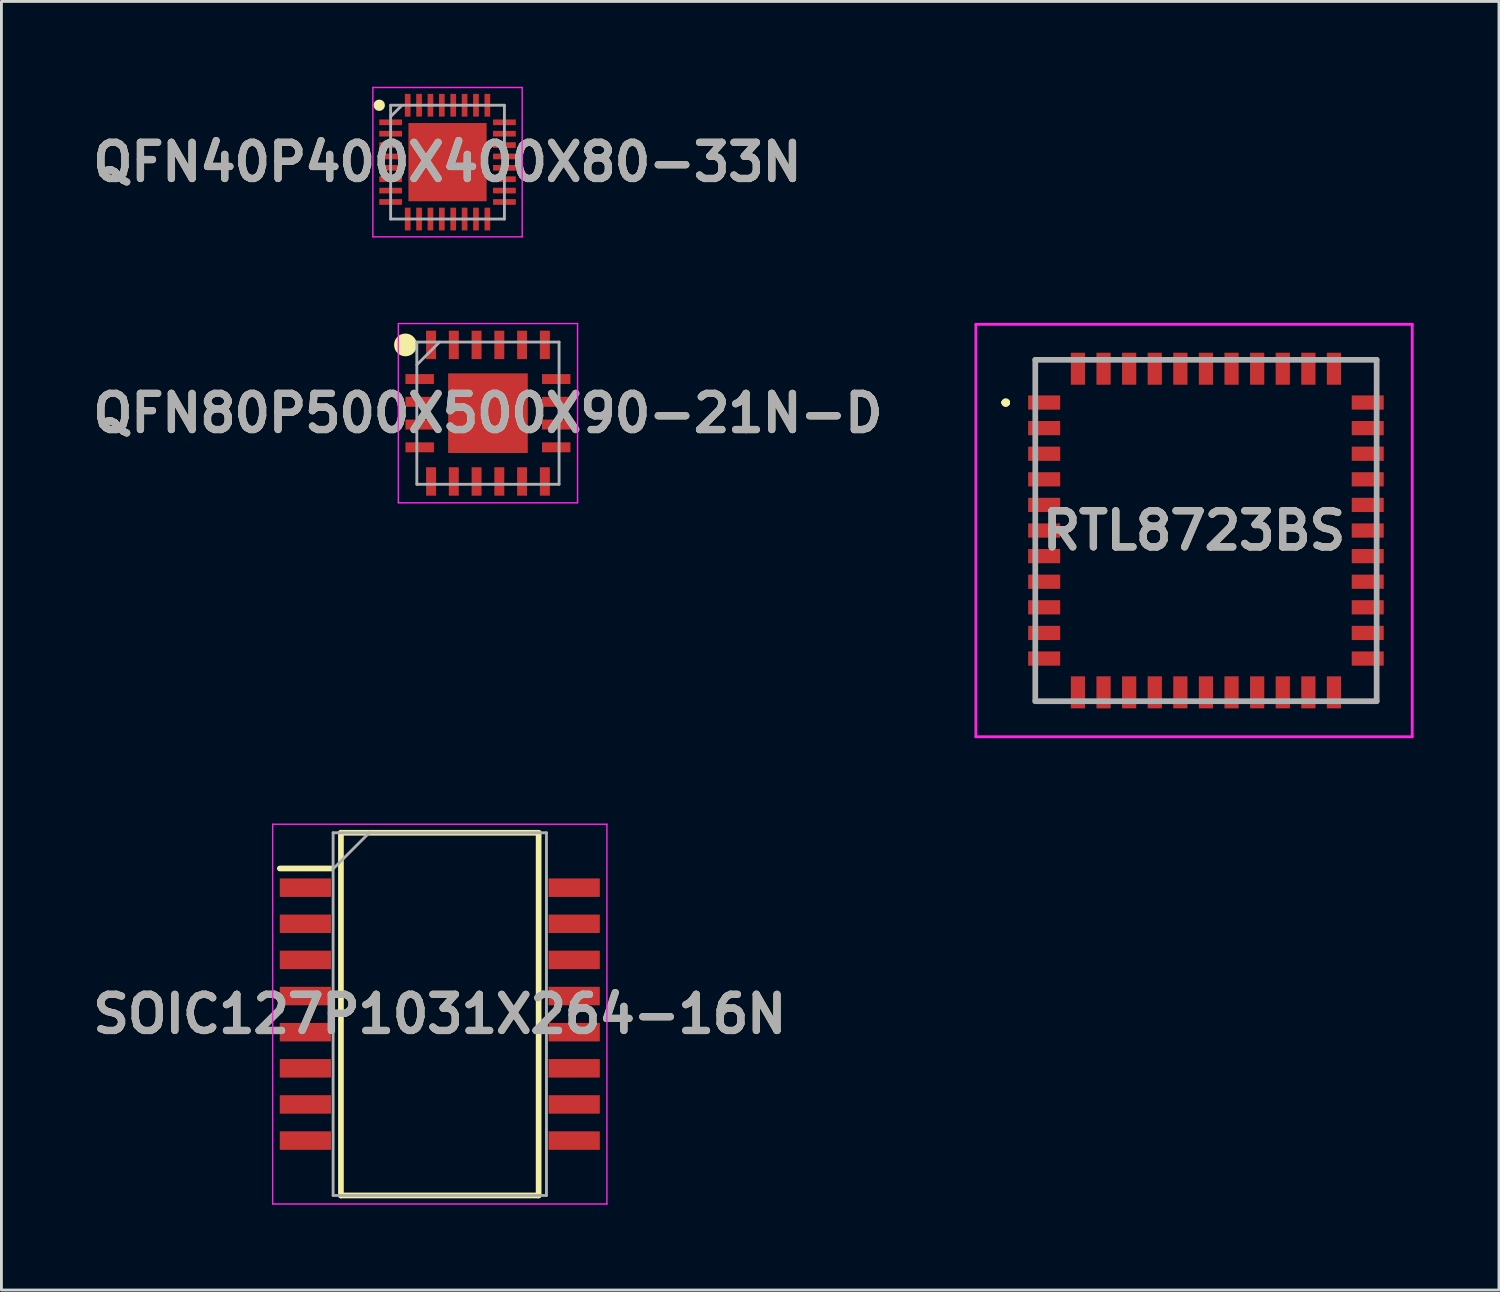
<source format=kicad_pcb>
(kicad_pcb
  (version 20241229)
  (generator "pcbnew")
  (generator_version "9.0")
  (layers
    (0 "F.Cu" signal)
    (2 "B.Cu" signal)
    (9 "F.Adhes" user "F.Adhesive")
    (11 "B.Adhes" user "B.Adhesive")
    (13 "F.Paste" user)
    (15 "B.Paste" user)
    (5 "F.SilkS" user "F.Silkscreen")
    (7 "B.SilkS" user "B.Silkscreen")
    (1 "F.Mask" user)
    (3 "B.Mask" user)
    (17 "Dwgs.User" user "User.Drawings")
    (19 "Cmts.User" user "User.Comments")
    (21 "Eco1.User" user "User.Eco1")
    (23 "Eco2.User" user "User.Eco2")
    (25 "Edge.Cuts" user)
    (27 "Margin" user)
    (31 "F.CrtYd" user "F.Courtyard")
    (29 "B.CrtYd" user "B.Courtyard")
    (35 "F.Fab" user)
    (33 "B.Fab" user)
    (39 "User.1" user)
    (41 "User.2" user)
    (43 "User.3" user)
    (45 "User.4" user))
  (footprint "QFN40P400X400X80-33N"
    (layer "F.Cu")
    (at 12.682 2.65)
    (property "Reference" "QFN40P400X400X80-33N" (at 0 0 0) (layer "F.SilkS") (effects (font (size 1.27 1.27) (thickness 0.254))))
    (attr smd)
    (fp_circle (center -2.4 -2) (end -2.4 -1.9) (stroke (width 0.2) (type solid)) (fill no) (layer "F.SilkS"))
    (fp_line (start -2.625 -2.625) (end 2.625 -2.625) (stroke (width 0.05) (type solid)) (layer "F.CrtYd"))
    (fp_line (start -2.625 2.625) (end -2.625 -2.625) (stroke (width 0.05) (type solid)) (layer "F.CrtYd"))
    (fp_line (start 2.625 -2.625) (end 2.625 2.625) (stroke (width 0.05) (type solid)) (layer "F.CrtYd"))
    (fp_line (start 2.625 2.625) (end -2.625 2.625) (stroke (width 0.05) (type solid)) (layer "F.CrtYd"))
    (fp_line (start -2 -2) (end 2 -2) (stroke (width 0.1) (type solid)) (layer "F.Fab"))
    (fp_line (start -2 -1.6) (end -1.6 -2) (stroke (width 0.1) (type solid)) (layer "F.Fab"))
    (fp_line (start -2 2) (end -2 -2) (stroke (width 0.1) (type solid)) (layer "F.Fab"))
    (fp_line (start 2 -2) (end 2 2) (stroke (width 0.1) (type solid)) (layer "F.Fab"))
    (fp_line (start 2 2) (end -2 2) (stroke (width 0.1) (type solid)) (layer "F.Fab"))
    (fp_text user "${REFERENCE}" (at 0 0 0) (layer "F.Fab") (effects (font (size 1.27 1.27) (thickness 0.254))))
    (pad "1" smd rect (at -2 -1.4 90) (size 0.2 0.8) (layers "F.Cu" "F.Mask" "F.Paste"))
    (pad "2" smd rect (at -2 -1 90) (size 0.2 0.8) (layers "F.Cu" "F.Mask" "F.Paste"))
    (pad "3" smd rect (at -2 -0.6 90) (size 0.2 0.8) (layers "F.Cu" "F.Mask" "F.Paste"))
    (pad "4" smd rect (at -2 -0.2 90) (size 0.2 0.8) (layers "F.Cu" "F.Mask" "F.Paste"))
    (pad "5" smd rect (at -2 0.2 90) (size 0.2 0.8) (layers "F.Cu" "F.Mask" "F.Paste"))
    (pad "6" smd rect (at -2 0.6 90) (size 0.2 0.8) (layers "F.Cu" "F.Mask" "F.Paste"))
    (pad "7" smd rect (at -2 1 90) (size 0.2 0.8) (layers "F.Cu" "F.Mask" "F.Paste"))
    (pad "8" smd rect (at -2 1.4 90) (size 0.2 0.8) (layers "F.Cu" "F.Mask" "F.Paste"))
    (pad "9" smd rect (at -1.4 2) (size 0.2 0.8) (layers "F.Cu" "F.Mask" "F.Paste"))
    (pad "10" smd rect (at -1 2) (size 0.2 0.8) (layers "F.Cu" "F.Mask" "F.Paste"))
    (pad "11" smd rect (at -0.6 2) (size 0.2 0.8) (layers "F.Cu" "F.Mask" "F.Paste"))
    (pad "12" smd rect (at -0.2 2) (size 0.2 0.8) (layers "F.Cu" "F.Mask" "F.Paste"))
    (pad "13" smd rect (at 0.2 2) (size 0.2 0.8) (layers "F.Cu" "F.Mask" "F.Paste"))
    (pad "14" smd rect (at 0.6 2) (size 0.2 0.8) (layers "F.Cu" "F.Mask" "F.Paste"))
    (pad "15" smd rect (at 1 2) (size 0.2 0.8) (layers "F.Cu" "F.Mask" "F.Paste"))
    (pad "16" smd rect (at 1.4 2) (size 0.2 0.8) (layers "F.Cu" "F.Mask" "F.Paste"))
    (pad "17" smd rect (at 2 1.4 90) (size 0.2 0.8) (layers "F.Cu" "F.Mask" "F.Paste"))
    (pad "18" smd rect (at 2 1 90) (size 0.2 0.8) (layers "F.Cu" "F.Mask" "F.Paste"))
    (pad "19" smd rect (at 2 0.6 90) (size 0.2 0.8) (layers "F.Cu" "F.Mask" "F.Paste"))
    (pad "20" smd rect (at 2 0.2 90) (size 0.2 0.8) (layers "F.Cu" "F.Mask" "F.Paste"))
    (pad "21" smd rect (at 2 -0.2 90) (size 0.2 0.8) (layers "F.Cu" "F.Mask" "F.Paste"))
    (pad "22" smd rect (at 2 -0.6 90) (size 0.2 0.8) (layers "F.Cu" "F.Mask" "F.Paste"))
    (pad "23" smd rect (at 2 -1 90) (size 0.2 0.8) (layers "F.Cu" "F.Mask" "F.Paste"))
    (pad "24" smd rect (at 2 -1.4 90) (size 0.2 0.8) (layers "F.Cu" "F.Mask" "F.Paste"))
    (pad "25" smd rect (at 1.4 -2) (size 0.2 0.8) (layers "F.Cu" "F.Mask" "F.Paste"))
    (pad "26" smd rect (at 1 -2) (size 0.2 0.8) (layers "F.Cu" "F.Mask" "F.Paste"))
    (pad "27" smd rect (at 0.6 -2) (size 0.2 0.8) (layers "F.Cu" "F.Mask" "F.Paste"))
    (pad "28" smd rect (at 0.2 -2) (size 0.2 0.8) (layers "F.Cu" "F.Mask" "F.Paste"))
    (pad "29" smd rect (at -0.2 -2) (size 0.2 0.8) (layers "F.Cu" "F.Mask" "F.Paste"))
    (pad "30" smd rect (at -0.6 -2) (size 0.2 0.8) (layers "F.Cu" "F.Mask" "F.Paste"))
    (pad "31" smd rect (at -1 -2) (size 0.2 0.8) (layers "F.Cu" "F.Mask" "F.Paste"))
    (pad "32" smd rect (at -1.4 -2) (size 0.2 0.8) (layers "F.Cu" "F.Mask" "F.Paste"))
    (pad "33" smd rect (at 0 0) (size 2.75 2.75) (layers "F.Cu" "F.Mask" "F.Paste")))
  (footprint "SOIC127P1031X264-16N"
    (layer "F.Cu")
    (at 12.41 32.6)
    (property "Reference" "SOIC127P1031X264-16N" (at 0 0 0) (layer "F.SilkS") (effects (font (size 1.27 1.27) (thickness 0.254))))
    (attr smd)
    (fp_line (start -5.625 -5.12) (end -3.825 -5.12) (stroke (width 0.2) (type solid)) (layer "F.SilkS"))
    (fp_line (start -3.475 -6.375) (end 3.475 -6.375) (stroke (width 0.2) (type solid)) (layer "F.SilkS"))
    (fp_line (start -3.475 6.375) (end -3.475 -6.375) (stroke (width 0.2) (type solid)) (layer "F.SilkS"))
    (fp_line (start 3.475 -6.375) (end 3.475 6.375) (stroke (width 0.2) (type solid)) (layer "F.SilkS"))
    (fp_line (start 3.475 6.375) (end -3.475 6.375) (stroke (width 0.2) (type solid)) (layer "F.SilkS"))
    (fp_line (start -5.875 -6.675) (end 5.875 -6.675) (stroke (width 0.05) (type solid)) (layer "F.CrtYd"))
    (fp_line (start -5.875 6.675) (end -5.875 -6.675) (stroke (width 0.05) (type solid)) (layer "F.CrtYd"))
    (fp_line (start 5.875 -6.675) (end 5.875 6.675) (stroke (width 0.05) (type solid)) (layer "F.CrtYd"))
    (fp_line (start 5.875 6.675) (end -5.875 6.675) (stroke (width 0.05) (type solid)) (layer "F.CrtYd"))
    (fp_line (start -3.75 -6.375) (end 3.75 -6.375) (stroke (width 0.1) (type solid)) (layer "F.Fab"))
    (fp_line (start -3.75 -5.105) (end -2.48 -6.375) (stroke (width 0.1) (type solid)) (layer "F.Fab"))
    (fp_line (start -3.75 6.375) (end -3.75 -6.375) (stroke (width 0.1) (type solid)) (layer "F.Fab"))
    (fp_line (start 3.75 -6.375) (end 3.75 6.375) (stroke (width 0.1) (type solid)) (layer "F.Fab"))
    (fp_line (start 3.75 6.375) (end -3.75 6.375) (stroke (width 0.1) (type solid)) (layer "F.Fab"))
    (fp_text user "${REFERENCE}" (at 0 0 0) (layer "F.Fab") (effects (font (size 1.27 1.27) (thickness 0.254))))
    (pad "1" smd rect (at -4.725 -4.445 90) (size 0.65 1.8) (layers "F.Cu" "F.Mask" "F.Paste"))
    (pad "2" smd rect (at -4.725 -3.175 90) (size 0.65 1.8) (layers "F.Cu" "F.Mask" "F.Paste"))
    (pad "3" smd rect (at -4.725 -1.905 90) (size 0.65 1.8) (layers "F.Cu" "F.Mask" "F.Paste"))
    (pad "4" smd rect (at -4.725 -0.635 90) (size 0.65 1.8) (layers "F.Cu" "F.Mask" "F.Paste"))
    (pad "5" smd rect (at -4.725 0.635 90) (size 0.65 1.8) (layers "F.Cu" "F.Mask" "F.Paste"))
    (pad "6" smd rect (at -4.725 1.905 90) (size 0.65 1.8) (layers "F.Cu" "F.Mask" "F.Paste"))
    (pad "7" smd rect (at -4.725 3.175 90) (size 0.65 1.8) (layers "F.Cu" "F.Mask" "F.Paste"))
    (pad "8" smd rect (at -4.725 4.445 90) (size 0.65 1.8) (layers "F.Cu" "F.Mask" "F.Paste"))
    (pad "9" smd rect (at 4.725 4.445 90) (size 0.65 1.8) (layers "F.Cu" "F.Mask" "F.Paste"))
    (pad "10" smd rect (at 4.725 3.175 90) (size 0.65 1.8) (layers "F.Cu" "F.Mask" "F.Paste"))
    (pad "11" smd rect (at 4.725 1.905 90) (size 0.65 1.8) (layers "F.Cu" "F.Mask" "F.Paste"))
    (pad "12" smd rect (at 4.725 0.635 90) (size 0.65 1.8) (layers "F.Cu" "F.Mask" "F.Paste"))
    (pad "13" smd rect (at 4.725 -0.635 90) (size 0.65 1.8) (layers "F.Cu" "F.Mask" "F.Paste"))
    (pad "14" smd rect (at 4.725 -1.905 90) (size 0.65 1.8) (layers "F.Cu" "F.Mask" "F.Paste"))
    (pad "15" smd rect (at 4.725 -3.175 90) (size 0.65 1.8) (layers "F.Cu" "F.Mask" "F.Paste"))
    (pad "16" smd rect (at 4.725 -4.445 90) (size 0.65 1.8) (layers "F.Cu" "F.Mask" "F.Paste")))
  (footprint "RTL8723BS"
    (layer "F.Cu")
    (at 39.344 15.6)
    (property "Reference" "RTL8723BS" (at -0.419 0 0) (layer "F.SilkS") (effects (font (size 1.27 1.27) (thickness 0.254))))
    (attr smd)
    (fp_line (start -7.088 -4.5) (end -7.088 -4.5) (stroke (width 0.2) (type solid)) (layer "F.SilkS"))
    (fp_line (start -7.088 -4.5) (end -7.088 -4.5) (stroke (width 0.2) (type solid)) (layer "F.SilkS"))
    (fp_line (start -6.988 -4.5) (end -6.988 -4.5) (stroke (width 0.2) (type solid)) (layer "F.SilkS"))
    (fp_line (start -6 -6) (end -6 -6) (stroke (width 0.1) (type solid)) (layer "F.SilkS"))
    (fp_line (start -6 -6) (end -6 -5.5) (stroke (width 0.1) (type solid)) (layer "F.SilkS"))
    (fp_line (start -6 -5.5) (end -6 -6) (stroke (width 0.1) (type solid)) (layer "F.SilkS"))
    (fp_line (start -6 -5.5) (end -6 -5.5) (stroke (width 0.1) (type solid)) (layer "F.SilkS"))
    (fp_line (start -6 5.5) (end -6 5.5) (stroke (width 0.1) (type solid)) (layer "F.SilkS"))
    (fp_line (start -6 5.5) (end -6 6) (stroke (width 0.1) (type solid)) (layer "F.SilkS"))
    (fp_line (start -6 6) (end -6 5.5) (stroke (width 0.1) (type solid)) (layer "F.SilkS"))
    (fp_line (start -6 6) (end -6 6) (stroke (width 0.1) (type solid)) (layer "F.SilkS"))
    (fp_line (start -6 6) (end -6 6) (stroke (width 0.1) (type solid)) (layer "F.SilkS"))
    (fp_line (start -6 6) (end -5.438 6) (stroke (width 0.1) (type solid)) (layer "F.SilkS"))
    (fp_line (start -5.938 -6) (end -5.938 -6) (stroke (width 0.1) (type solid)) (layer "F.SilkS"))
    (fp_line (start -5.938 -6) (end -5.438 -6) (stroke (width 0.1) (type solid)) (layer "F.SilkS"))
    (fp_line (start -5.438 -6) (end -5.938 -6) (stroke (width 0.1) (type solid)) (layer "F.SilkS"))
    (fp_line (start -5.438 -6) (end -5.438 -6) (stroke (width 0.1) (type solid)) (layer "F.SilkS"))
    (fp_line (start -5.438 6) (end -6 6) (stroke (width 0.1) (type solid)) (layer "F.SilkS"))
    (fp_line (start -5.438 6) (end -5.438 6) (stroke (width 0.1) (type solid)) (layer "F.SilkS"))
    (fp_line (start 5.312 -6) (end 5.312 -6) (stroke (width 0.1) (type solid)) (layer "F.SilkS"))
    (fp_line (start 5.312 -6) (end 6 -6) (stroke (width 0.1) (type solid)) (layer "F.SilkS"))
    (fp_line (start 5.312 6) (end 5.312 6) (stroke (width 0.1) (type solid)) (layer "F.SilkS"))
    (fp_line (start 5.312 6) (end 6 6) (stroke (width 0.1) (type solid)) (layer "F.SilkS"))
    (fp_line (start 6 -6) (end 5.312 -6) (stroke (width 0.1) (type solid)) (layer "F.SilkS"))
    (fp_line (start 6 -6) (end 6 -6) (stroke (width 0.1) (type solid)) (layer "F.SilkS"))
    (fp_line (start 6 -6) (end 6 -6) (stroke (width 0.1) (type solid)) (layer "F.SilkS"))
    (fp_line (start 6 -6) (end 6 -5.5) (stroke (width 0.1) (type solid)) (layer "F.SilkS"))
    (fp_line (start 6 -5.5) (end 6 -6) (stroke (width 0.1) (type solid)) (layer "F.SilkS"))
    (fp_line (start 6 -5.5) (end 6 -5.5) (stroke (width 0.1) (type solid)) (layer "F.SilkS"))
    (fp_line (start 6 5.5) (end 6 5.5) (stroke (width 0.1) (type solid)) (layer "F.SilkS"))
    (fp_line (start 6 5.5) (end 6 6) (stroke (width 0.1) (type solid)) (layer "F.SilkS"))
    (fp_line (start 6 6) (end 5.312 6) (stroke (width 0.1) (type solid)) (layer "F.SilkS"))
    (fp_line (start 6 6) (end 6 5.5) (stroke (width 0.1) (type solid)) (layer "F.SilkS"))
    (fp_line (start 6 6) (end 6 6) (stroke (width 0.1) (type solid)) (layer "F.SilkS"))
    (fp_line (start 6 6) (end 6 6) (stroke (width 0.1) (type solid)) (layer "F.SilkS"))
    (fp_arc (start -7.088 -4.5) (mid -7.038 -4.55) (end -6.988 -4.5) (stroke (width 0.2) (type solid)) (layer "F.SilkS"))
    (fp_arc (start -6.988 -4.5) (mid -7.038 -4.45) (end -7.088 -4.5) (stroke (width 0.2) (type solid)) (layer "F.SilkS"))
    (fp_arc (start -6.988 -4.5) (mid -7.038 -4.45) (end -7.088 -4.5) (stroke (width 0.2) (type solid)) (layer "F.SilkS"))
    (fp_line (start -8.088 -7.25) (end 7.25 -7.25) (stroke (width 0.1) (type solid)) (layer "F.CrtYd"))
    (fp_line (start -8.088 7.25) (end -8.088 -7.25) (stroke (width 0.1) (type solid)) (layer "F.CrtYd"))
    (fp_line (start 7.25 -7.25) (end 7.25 7.25) (stroke (width 0.1) (type solid)) (layer "F.CrtYd"))
    (fp_line (start 7.25 7.25) (end -8.088 7.25) (stroke (width 0.1) (type solid)) (layer "F.CrtYd"))
    (fp_line (start -6 -6) (end -6 6) (stroke (width 0.2) (type solid)) (layer "F.Fab"))
    (fp_line (start -6 6) (end 6 6) (stroke (width 0.2) (type solid)) (layer "F.Fab"))
    (fp_line (start 6 -6) (end -6 -6) (stroke (width 0.2) (type solid)) (layer "F.Fab"))
    (fp_line (start 6 6) (end 6 -6) (stroke (width 0.2) (type solid)) (layer "F.Fab"))
    (fp_text user "${REFERENCE}" (at -0.419 0 0) (layer "F.Fab") (effects (font (size 1.27 1.27) (thickness 0.254))))
    (pad "1" smd rect (at -5.688 -4.5 90) (size 0.5 1.125) (layers "F.Cu" "F.Mask" "F.Paste"))
    (pad "2" smd rect (at -5.688 -3.6 90) (size 0.5 1.125) (layers "F.Cu" "F.Mask" "F.Paste"))
    (pad "3" smd rect (at -5.688 -2.7 90) (size 0.5 1.125) (layers "F.Cu" "F.Mask" "F.Paste"))
    (pad "4" smd rect (at -5.688 -1.8 90) (size 0.5 1.125) (layers "F.Cu" "F.Mask" "F.Paste"))
    (pad "5" smd rect (at -5.688 -0.9 90) (size 0.5 1.125) (layers "F.Cu" "F.Mask" "F.Paste"))
    (pad "6" smd rect (at -5.688 0 90) (size 0.5 1.125) (layers "F.Cu" "F.Mask" "F.Paste"))
    (pad "7" smd rect (at -5.688 0.9 90) (size 0.5 1.125) (layers "F.Cu" "F.Mask" "F.Paste"))
    (pad "8" smd rect (at -5.688 1.8 90) (size 0.5 1.125) (layers "F.Cu" "F.Mask" "F.Paste"))
    (pad "9" smd rect (at -5.688 2.7 90) (size 0.5 1.125) (layers "F.Cu" "F.Mask" "F.Paste"))
    (pad "10" smd rect (at -5.688 3.6 90) (size 0.5 1.125) (layers "F.Cu" "F.Mask" "F.Paste"))
    (pad "11" smd rect (at -5.688 4.5 90) (size 0.5 1.125) (layers "F.Cu" "F.Mask" "F.Paste"))
    (pad "12" smd rect (at -4.5 5.688) (size 0.5 1.125) (layers "F.Cu" "F.Mask" "F.Paste"))
    (pad "13" smd rect (at -3.6 5.688) (size 0.5 1.125) (layers "F.Cu" "F.Mask" "F.Paste"))
    (pad "14" smd rect (at -2.7 5.688) (size 0.5 1.125) (layers "F.Cu" "F.Mask" "F.Paste"))
    (pad "15" smd rect (at -1.8 5.688) (size 0.5 1.125) (layers "F.Cu" "F.Mask" "F.Paste"))
    (pad "16" smd rect (at -0.9 5.688) (size 0.5 1.125) (layers "F.Cu" "F.Mask" "F.Paste"))
    (pad "17" smd rect (at 0 5.688) (size 0.5 1.125) (layers "F.Cu" "F.Mask" "F.Paste"))
    (pad "18" smd rect (at 0.9 5.688) (size 0.5 1.125) (layers "F.Cu" "F.Mask" "F.Paste"))
    (pad "19" smd rect (at 1.8 5.688) (size 0.5 1.125) (layers "F.Cu" "F.Mask" "F.Paste"))
    (pad "20" smd rect (at 2.7 5.688) (size 0.5 1.125) (layers "F.Cu" "F.Mask" "F.Paste"))
    (pad "21" smd rect (at 3.6 5.688) (size 0.5 1.125) (layers "F.Cu" "F.Mask" "F.Paste"))
    (pad "22" smd rect (at 4.5 5.688) (size 0.5 1.125) (layers "F.Cu" "F.Mask" "F.Paste"))
    (pad "23" smd rect (at 5.687 4.5 90) (size 0.5 1.125) (layers "F.Cu" "F.Mask" "F.Paste"))
    (pad "24" smd rect (at 5.687 3.6 90) (size 0.5 1.125) (layers "F.Cu" "F.Mask" "F.Paste"))
    (pad "25" smd rect (at 5.687 2.7 90) (size 0.5 1.125) (layers "F.Cu" "F.Mask" "F.Paste"))
    (pad "26" smd rect (at 5.687 1.8 90) (size 0.5 1.125) (layers "F.Cu" "F.Mask" "F.Paste"))
    (pad "27" smd rect (at 5.687 0.9 90) (size 0.5 1.125) (layers "F.Cu" "F.Mask" "F.Paste"))
    (pad "28" smd rect (at 5.687 0 90) (size 0.5 1.125) (layers "F.Cu" "F.Mask" "F.Paste"))
    (pad "29" smd rect (at 5.687 -0.9 90) (size 0.5 1.125) (layers "F.Cu" "F.Mask" "F.Paste"))
    (pad "30" smd rect (at 5.687 -1.8 90) (size 0.5 1.125) (layers "F.Cu" "F.Mask" "F.Paste"))
    (pad "31" smd rect (at 5.687 -2.7 90) (size 0.5 1.125) (layers "F.Cu" "F.Mask" "F.Paste"))
    (pad "32" smd rect (at 5.687 -3.6 90) (size 0.5 1.125) (layers "F.Cu" "F.Mask" "F.Paste"))
    (pad "33" smd rect (at 5.687 -4.5 90) (size 0.5 1.125) (layers "F.Cu" "F.Mask" "F.Paste"))
    (pad "34" smd rect (at 4.5 -5.688) (size 0.5 1.125) (layers "F.Cu" "F.Mask" "F.Paste"))
    (pad "35" smd rect (at 3.6 -5.688) (size 0.5 1.125) (layers "F.Cu" "F.Mask" "F.Paste"))
    (pad "36" smd rect (at 2.7 -5.688) (size 0.5 1.125) (layers "F.Cu" "F.Mask" "F.Paste"))
    (pad "37" smd rect (at 1.8 -5.688) (size 0.5 1.125) (layers "F.Cu" "F.Mask" "F.Paste"))
    (pad "38" smd rect (at 0.9 -5.688) (size 0.5 1.125) (layers "F.Cu" "F.Mask" "F.Paste"))
    (pad "39" smd rect (at 0 -5.688) (size 0.5 1.125) (layers "F.Cu" "F.Mask" "F.Paste"))
    (pad "40" smd rect (at -0.9 -5.688) (size 0.5 1.125) (layers "F.Cu" "F.Mask" "F.Paste"))
    (pad "41" smd rect (at -1.8 -5.688) (size 0.5 1.125) (layers "F.Cu" "F.Mask" "F.Paste"))
    (pad "42" smd rect (at -2.7 -5.688) (size 0.5 1.125) (layers "F.Cu" "F.Mask" "F.Paste"))
    (pad "43" smd rect (at -3.6 -5.688) (size 0.5 1.125) (layers "F.Cu" "F.Mask" "F.Paste"))
    (pad "44" smd rect (at -4.5 -5.688) (size 0.5 1.125) (layers "F.Cu" "F.Mask" "F.Paste")))
  (footprint "QFN80P500X500X90-21N-D"
    (layer "F.Cu")
    (at 14.103 11.475)
    (property "Reference" "QFN80P500X500X90-21N-D" (at 0 0 0) (layer "F.SilkS") (effects (font (size 1.27 1.27) (thickness 0.254))))
    (attr smd)
    (fp_circle (center -2.9 -2.4) (end -2.9 -2.2) (stroke (width 0.4) (type solid)) (fill no) (layer "F.SilkS"))
    (fp_line (start -3.15 -3.15) (end 3.15 -3.15) (stroke (width 0.05) (type solid)) (layer "F.CrtYd"))
    (fp_line (start -3.15 3.15) (end -3.15 -3.15) (stroke (width 0.05) (type solid)) (layer "F.CrtYd"))
    (fp_line (start 3.15 -3.15) (end 3.15 3.15) (stroke (width 0.05) (type solid)) (layer "F.CrtYd"))
    (fp_line (start 3.15 3.15) (end -3.15 3.15) (stroke (width 0.05) (type solid)) (layer "F.CrtYd"))
    (fp_line (start -2.5 -2.5) (end 2.5 -2.5) (stroke (width 0.1) (type solid)) (layer "F.Fab"))
    (fp_line (start -2.5 -1.7) (end -1.7 -2.5) (stroke (width 0.1) (type solid)) (layer "F.Fab"))
    (fp_line (start -2.5 2.5) (end -2.5 -2.5) (stroke (width 0.1) (type solid)) (layer "F.Fab"))
    (fp_line (start 2.5 -2.5) (end 2.5 2.5) (stroke (width 0.1) (type solid)) (layer "F.Fab"))
    (fp_line (start 2.5 2.5) (end -2.5 2.5) (stroke (width 0.1) (type solid)) (layer "F.Fab"))
    (fp_text user "${REFERENCE}" (at 0 0 0) (layer "F.Fab") (effects (font (size 1.27 1.27) (thickness 0.254))))
    (pad "1" smd rect (at -2.4 -1.2 90) (size 0.35 1) (layers "F.Cu" "F.Mask" "F.Paste"))
    (pad "2" smd rect (at -2.4 -0.4 90) (size 0.35 1) (layers "F.Cu" "F.Mask" "F.Paste"))
    (pad "3" smd rect (at -2.4 0.4 90) (size 0.35 1) (layers "F.Cu" "F.Mask" "F.Paste"))
    (pad "4" smd rect (at -2.4 1.2 90) (size 0.35 1) (layers "F.Cu" "F.Mask" "F.Paste"))
    (pad "5" smd rect (at -2 2.4) (size 0.35 1) (layers "F.Cu" "F.Mask" "F.Paste"))
    (pad "6" smd rect (at -1.2 2.4) (size 0.35 1) (layers "F.Cu" "F.Mask" "F.Paste"))
    (pad "7" smd rect (at -0.4 2.4) (size 0.35 1) (layers "F.Cu" "F.Mask" "F.Paste"))
    (pad "8" smd rect (at 0.4 2.4) (size 0.35 1) (layers "F.Cu" "F.Mask" "F.Paste"))
    (pad "9" smd rect (at 1.2 2.4) (size 0.35 1) (layers "F.Cu" "F.Mask" "F.Paste"))
    (pad "10" smd rect (at 2 2.4) (size 0.35 1) (layers "F.Cu" "F.Mask" "F.Paste"))
    (pad "11" smd rect (at 2.4 1.2 90) (size 0.35 1) (layers "F.Cu" "F.Mask" "F.Paste"))
    (pad "12" smd rect (at 2.4 0.4 90) (size 0.35 1) (layers "F.Cu" "F.Mask" "F.Paste"))
    (pad "13" smd rect (at 2.4 -0.4 90) (size 0.35 1) (layers "F.Cu" "F.Mask" "F.Paste"))
    (pad "14" smd rect (at 2.4 -1.2 90) (size 0.35 1) (layers "F.Cu" "F.Mask" "F.Paste"))
    (pad "15" smd rect (at 2 -2.4) (size 0.35 1) (layers "F.Cu" "F.Mask" "F.Paste"))
    (pad "16" smd rect (at 1.2 -2.4) (size 0.35 1) (layers "F.Cu" "F.Mask" "F.Paste"))
    (pad "17" smd rect (at 0.4 -2.4) (size 0.35 1) (layers "F.Cu" "F.Mask" "F.Paste"))
    (pad "18" smd rect (at -0.4 -2.4) (size 0.35 1) (layers "F.Cu" "F.Mask" "F.Paste"))
    (pad "19" smd rect (at -1.2 -2.4) (size 0.35 1) (layers "F.Cu" "F.Mask" "F.Paste"))
    (pad "20" smd rect (at -2 -2.4) (size 0.35 1) (layers "F.Cu" "F.Mask" "F.Paste"))
    (pad "21" smd rect (at 0 0) (size 2.8 2.8) (layers "F.Cu" "F.Mask" "F.Paste")))
  (gr_rect
    (start -3 -3)
    (end 49.644 42.3)
    (stroke (width 0.1) (type default))
    (fill no)
    (layer "Edge.Cuts")))
</source>
